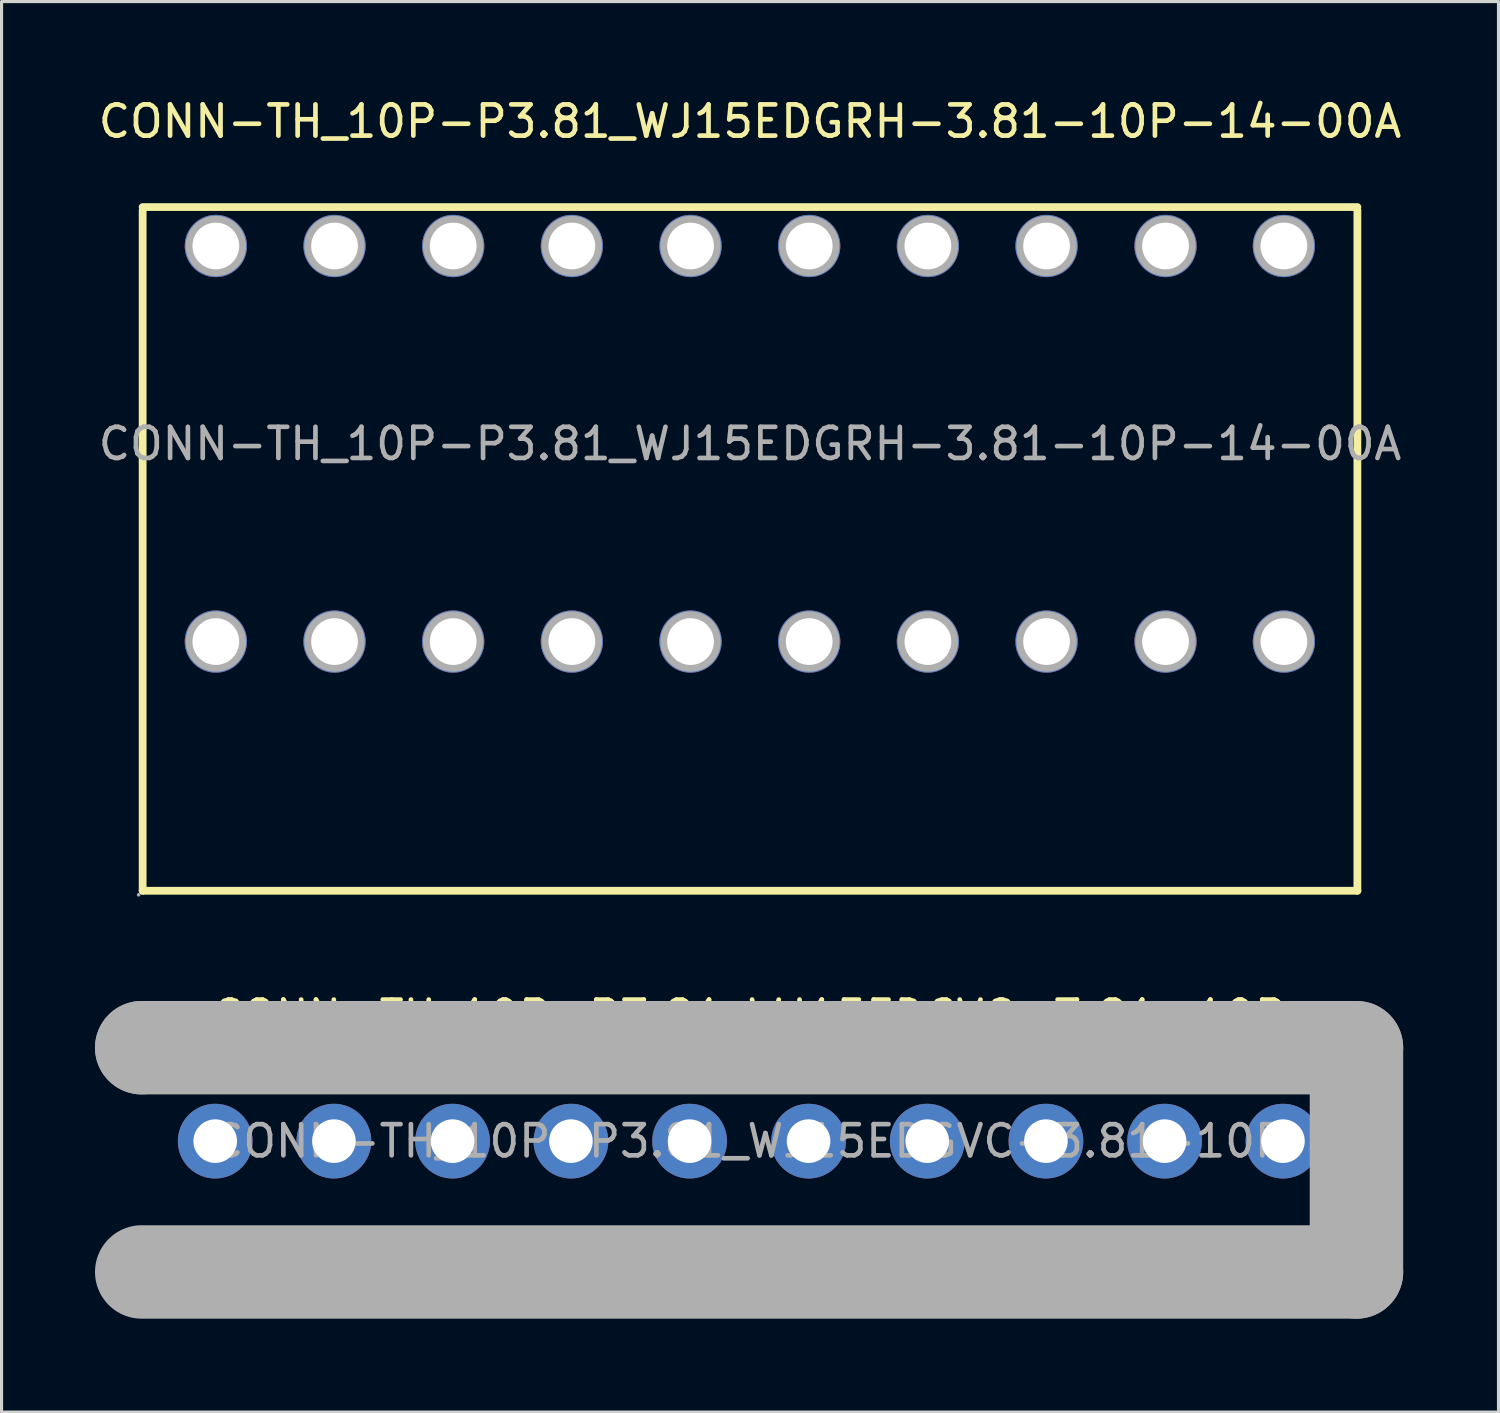
<source format=kicad_pcb>
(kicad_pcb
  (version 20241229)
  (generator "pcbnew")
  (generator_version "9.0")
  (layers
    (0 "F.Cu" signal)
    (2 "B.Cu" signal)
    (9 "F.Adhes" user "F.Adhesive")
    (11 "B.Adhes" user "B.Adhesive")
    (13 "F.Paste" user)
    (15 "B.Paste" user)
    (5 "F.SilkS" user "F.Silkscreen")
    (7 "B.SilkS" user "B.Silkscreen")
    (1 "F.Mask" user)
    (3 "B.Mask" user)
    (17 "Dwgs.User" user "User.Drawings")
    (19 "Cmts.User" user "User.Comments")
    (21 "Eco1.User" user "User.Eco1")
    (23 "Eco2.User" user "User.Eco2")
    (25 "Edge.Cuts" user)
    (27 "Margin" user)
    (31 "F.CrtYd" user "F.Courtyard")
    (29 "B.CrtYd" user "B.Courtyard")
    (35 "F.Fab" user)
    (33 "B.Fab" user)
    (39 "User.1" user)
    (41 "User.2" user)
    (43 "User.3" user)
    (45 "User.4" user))
  (footprint "CONN-TH_10P-P3.81_WJ15EDGRH-3.81-10P-14-00A"
    (layer "F.Cu")
    (at 21.03 11.198)
    (property "Reference" "CONN-TH_10P-P3.81_WJ15EDGRH-3.81-10P-14-00A" (at 0 -10.35 0) (layer "F.SilkS") (effects (font (size 1 1) (thickness 0.15))))
    (attr through_hole)
    (fp_line (start -19.5 -7.6) (end 19.5 -7.6) (stroke (width 0.25) (type solid)) (layer "F.SilkS"))
    (fp_line (start -19.5 14.35) (end -19.5 -7.5) (stroke (width 0.25) (type solid)) (layer "F.SilkS"))
    (fp_line (start 19.5 -7.5) (end 19.5 14.35) (stroke (width 0.25) (type solid)) (layer "F.SilkS"))
    (fp_line (start 19.5 14.35) (end -19.5 14.35) (stroke (width 0.25) (type solid)) (layer "F.SilkS"))
    (fp_circle (center -19.63 14.48) (end -19.6 14.48) (stroke (width 0.06) (type solid)) (fill no) (layer "F.Fab"))
    (fp_circle (center -17.15 -6.35) (end -16.83 -6.35) (stroke (width 0.65) (type solid)) (fill no) (layer "F.Fab"))
    (fp_circle (center -17.15 6.35) (end -16.83 6.35) (stroke (width 0.65) (type solid)) (fill no) (layer "F.Fab"))
    (fp_circle (center -13.34 -6.35) (end -13.02 -6.35) (stroke (width 0.65) (type solid)) (fill no) (layer "F.Fab"))
    (fp_circle (center -13.34 6.35) (end -13.02 6.35) (stroke (width 0.65) (type solid)) (fill no) (layer "F.Fab"))
    (fp_circle (center -9.53 -6.35) (end -9.21 -6.35) (stroke (width 0.65) (type solid)) (fill no) (layer "F.Fab"))
    (fp_circle (center -9.53 6.35) (end -9.21 6.35) (stroke (width 0.65) (type solid)) (fill no) (layer "F.Fab"))
    (fp_circle (center -5.72 -6.35) (end -5.4 -6.35) (stroke (width 0.65) (type solid)) (fill no) (layer "F.Fab"))
    (fp_circle (center -5.72 6.35) (end -5.4 6.35) (stroke (width 0.65) (type solid)) (fill no) (layer "F.Fab"))
    (fp_circle (center -1.91 -6.35) (end -1.59 -6.35) (stroke (width 0.65) (type solid)) (fill no) (layer "F.Fab"))
    (fp_circle (center -1.91 6.35) (end -1.59 6.35) (stroke (width 0.65) (type solid)) (fill no) (layer "F.Fab"))
    (fp_circle (center 1.9 -6.35) (end 2.22 -6.35) (stroke (width 0.65) (type solid)) (fill no) (layer "F.Fab"))
    (fp_circle (center 1.9 6.35) (end 2.22 6.35) (stroke (width 0.65) (type solid)) (fill no) (layer "F.Fab"))
    (fp_circle (center 5.71 -6.35) (end 6.03 -6.35) (stroke (width 0.65) (type solid)) (fill no) (layer "F.Fab"))
    (fp_circle (center 5.71 6.35) (end 6.03 6.35) (stroke (width 0.65) (type solid)) (fill no) (layer "F.Fab"))
    (fp_circle (center 9.52 -6.35) (end 9.84 -6.35) (stroke (width 0.65) (type solid)) (fill no) (layer "F.Fab"))
    (fp_circle (center 9.52 6.35) (end 9.84 6.35) (stroke (width 0.65) (type solid)) (fill no) (layer "F.Fab"))
    (fp_circle (center 13.34 -6.35) (end 13.66 -6.35) (stroke (width 0.65) (type solid)) (fill no) (layer "F.Fab"))
    (fp_circle (center 13.34 6.35) (end 13.66 6.35) (stroke (width 0.65) (type solid)) (fill no) (layer "F.Fab"))
    (fp_circle (center 17.14 -6.35) (end 17.46 -6.35) (stroke (width 0.65) (type solid)) (fill no) (layer "F.Fab"))
    (fp_circle (center 17.14 6.35) (end 17.46 6.35) (stroke (width 0.65) (type solid)) (fill no) (layer "F.Fab"))
    (fp_text user "${REFERENCE}" (at 0 0 0) (layer "F.Fab") (effects (font (size 1 1) (thickness 0.15))))
    (pad "1" thru_hole circle (at -17.15 6.35) (size 2 2) (drill 1.5) (layers "*.Cu" "*.Paste" "*.Mask"))
    (pad "2" thru_hole circle (at -17.15 -6.35) (size 2 2) (drill 1.5) (layers "*.Cu" "*.Paste" "*.Mask"))
    (pad "3" thru_hole circle (at -13.34 6.35) (size 2 2) (drill 1.5) (layers "*.Cu" "*.Paste" "*.Mask"))
    (pad "4" thru_hole circle (at -13.34 -6.35) (size 2 2) (drill 1.5) (layers "*.Cu" "*.Paste" "*.Mask"))
    (pad "5" thru_hole circle (at -9.53 6.35) (size 2 2) (drill 1.5) (layers "*.Cu" "*.Paste" "*.Mask"))
    (pad "6" thru_hole circle (at -9.53 -6.35) (size 2 2) (drill 1.5) (layers "*.Cu" "*.Paste" "*.Mask"))
    (pad "7" thru_hole circle (at -5.72 6.35) (size 2 2) (drill 1.5) (layers "*.Cu" "*.Paste" "*.Mask"))
    (pad "8" thru_hole circle (at -5.72 -6.35) (size 2 2) (drill 1.5) (layers "*.Cu" "*.Paste" "*.Mask"))
    (pad "9" thru_hole circle (at -1.91 6.35) (size 2 2) (drill 1.5) (layers "*.Cu" "*.Paste" "*.Mask"))
    (pad "10" thru_hole circle (at -1.91 -6.35) (size 2 2) (drill 1.5) (layers "*.Cu" "*.Paste" "*.Mask"))
    (pad "11" thru_hole circle (at 1.9 6.35) (size 2 2) (drill 1.5) (layers "*.Cu" "*.Paste" "*.Mask"))
    (pad "12" thru_hole circle (at 1.9 -6.35) (size 2 2) (drill 1.5) (layers "*.Cu" "*.Paste" "*.Mask"))
    (pad "13" thru_hole circle (at 5.71 6.35) (size 2 2) (drill 1.5) (layers "*.Cu" "*.Paste" "*.Mask"))
    (pad "14" thru_hole circle (at 5.71 -6.35) (size 2 2) (drill 1.5) (layers "*.Cu" "*.Paste" "*.Mask"))
    (pad "15" thru_hole circle (at 9.52 6.35) (size 2 2) (drill 1.5) (layers "*.Cu" "*.Paste" "*.Mask"))
    (pad "16" thru_hole circle (at 9.52 -6.35) (size 2 2) (drill 1.5) (layers "*.Cu" "*.Paste" "*.Mask"))
    (pad "17" thru_hole circle (at 13.34 6.35) (size 2 2) (drill 1.5) (layers "*.Cu" "*.Paste" "*.Mask"))
    (pad "18" thru_hole circle (at 13.34 -6.35) (size 2 2) (drill 1.5) (layers "*.Cu" "*.Paste" "*.Mask"))
    (pad "19" thru_hole circle (at 17.14 6.35) (size 2 2) (drill 1.5) (layers "*.Cu" "*.Paste" "*.Mask"))
    (pad "20" thru_hole circle (at 17.14 -6.35) (size 2 2) (drill 1.5) (layers "*.Cu" "*.Paste" "*.Mask")))
  (footprint "CONN-TH_10P-P3.81_WJ15EDGVC-3.81-10P"
    (layer "F.Cu")
    (at 21 33.587)
    (property "Reference" "CONN-TH_10P-P3.81_WJ15EDGVC-3.81-10P" (at 0 -4 0) (layer "F.SilkS") (effects (font (size 1 1) (thickness 0.15))))
    (attr through_hole)
    (fp_line (start -18.41 3.5) (end -17.78 2.86) (stroke (width 0.25) (type solid)) (layer "F.SilkS"))
    (fp_line (start -17.78 2.86) (end -16.51 2.86) (stroke (width 0.25) (type solid)) (layer "F.SilkS"))
    (fp_line (start -16.51 2.86) (end -15.88 3.5) (stroke (width 0.25) (type solid)) (layer "F.SilkS"))
    (fp_line (start -15.88 3.5) (end -18.41 3.5) (stroke (width 0.25) (type solid)) (layer "F.SilkS"))
    (fp_line (start -14.61 3.5) (end -13.97 2.86) (stroke (width 0.25) (type solid)) (layer "F.SilkS"))
    (fp_line (start -13.97 2.86) (end -12.7 2.86) (stroke (width 0.25) (type solid)) (layer "F.SilkS"))
    (fp_line (start -12.7 2.86) (end -12.07 3.5) (stroke (width 0.25) (type solid)) (layer "F.SilkS"))
    (fp_line (start -12.07 3.5) (end -14.61 3.5) (stroke (width 0.25) (type solid)) (layer "F.SilkS"))
    (fp_line (start -10.8 3.5) (end -10.16 2.86) (stroke (width 0.25) (type solid)) (layer "F.SilkS"))
    (fp_line (start -10.16 2.86) (end -8.89 2.86) (stroke (width 0.25) (type solid)) (layer "F.SilkS"))
    (fp_line (start -8.89 2.86) (end -8.26 3.5) (stroke (width 0.25) (type solid)) (layer "F.SilkS"))
    (fp_line (start -8.26 3.5) (end -10.8 3.5) (stroke (width 0.25) (type solid)) (layer "F.SilkS"))
    (fp_line (start -6.99 3.5) (end -6.35 2.86) (stroke (width 0.25) (type solid)) (layer "F.SilkS"))
    (fp_line (start -6.35 2.86) (end -5.08 2.86) (stroke (width 0.25) (type solid)) (layer "F.SilkS"))
    (fp_line (start -5.08 2.86) (end -4.44 3.5) (stroke (width 0.25) (type solid)) (layer "F.SilkS"))
    (fp_line (start -4.44 3.5) (end -6.99 3.5) (stroke (width 0.25) (type solid)) (layer "F.SilkS"))
    (fp_line (start -3.18 3.5) (end -2.54 2.86) (stroke (width 0.25) (type solid)) (layer "F.SilkS"))
    (fp_line (start -2.54 2.86) (end -1.27 2.86) (stroke (width 0.25) (type solid)) (layer "F.SilkS"))
    (fp_line (start -1.27 2.86) (end -0.64 3.5) (stroke (width 0.25) (type solid)) (layer "F.SilkS"))
    (fp_line (start -0.64 3.5) (end -3.18 3.5) (stroke (width 0.25) (type solid)) (layer "F.SilkS"))
    (fp_line (start 0.63 3.5) (end 1.27 2.86) (stroke (width 0.25) (type solid)) (layer "F.SilkS"))
    (fp_line (start 1.27 2.86) (end 2.54 2.86) (stroke (width 0.25) (type solid)) (layer "F.SilkS"))
    (fp_line (start 2.54 2.86) (end 3.17 3.5) (stroke (width 0.25) (type solid)) (layer "F.SilkS"))
    (fp_line (start 3.17 3.5) (end 0.63 3.5) (stroke (width 0.25) (type solid)) (layer "F.SilkS"))
    (fp_line (start 4.45 3.5) (end 5.08 2.86) (stroke (width 0.25) (type solid)) (layer "F.SilkS"))
    (fp_line (start 5.08 2.86) (end 6.35 2.86) (stroke (width 0.25) (type solid)) (layer "F.SilkS"))
    (fp_line (start 6.35 2.86) (end 6.98 3.5) (stroke (width 0.25) (type solid)) (layer "F.SilkS"))
    (fp_line (start 6.98 3.5) (end 4.45 3.5) (stroke (width 0.25) (type solid)) (layer "F.SilkS"))
    (fp_line (start 8.25 3.5) (end 8.89 2.86) (stroke (width 0.25) (type solid)) (layer "F.SilkS"))
    (fp_line (start 8.89 2.86) (end 10.16 2.86) (stroke (width 0.25) (type solid)) (layer "F.SilkS"))
    (fp_line (start 10.16 2.86) (end 10.79 3.5) (stroke (width 0.25) (type solid)) (layer "F.SilkS"))
    (fp_line (start 10.79 3.5) (end 8.25 3.5) (stroke (width 0.25) (type solid)) (layer "F.SilkS"))
    (fp_line (start 12.06 3.5) (end 12.7 2.86) (stroke (width 0.25) (type solid)) (layer "F.SilkS"))
    (fp_line (start 12.7 2.86) (end 13.97 2.86) (stroke (width 0.25) (type solid)) (layer "F.SilkS"))
    (fp_line (start 13.97 2.86) (end 14.6 3.5) (stroke (width 0.25) (type solid)) (layer "F.SilkS"))
    (fp_line (start 14.6 3.5) (end 12.06 3.5) (stroke (width 0.25) (type solid)) (layer "F.SilkS"))
    (fp_line (start 15.87 3.5) (end 16.51 2.86) (stroke (width 0.25) (type solid)) (layer "F.SilkS"))
    (fp_line (start 16.51 2.86) (end 17.78 2.86) (stroke (width 0.25) (type solid)) (layer "F.SilkS"))
    (fp_line (start 17.78 2.86) (end 18.42 3.5) (stroke (width 0.25) (type solid)) (layer "F.SilkS"))
    (fp_line (start 18.42 3.5) (end 15.87 3.5) (stroke (width 0.25) (type solid)) (layer "F.SilkS"))
    (fp_line (start -19.5 -3) (end -19.5 -3) (stroke (width 3) (type solid)) (layer "F.Fab"))
    (fp_line (start -19.5 -3) (end 19.5 -3) (stroke (width 3) (type solid)) (layer "F.Fab"))
    (fp_line (start 19.5 -3) (end 19.5 4.2) (stroke (width 3) (type solid)) (layer "F.Fab"))
    (fp_line (start 19.5 4.2) (end -19.5 4.2) (stroke (width 3) (type solid)) (layer "F.Fab"))
    (fp_circle (center -19.63 4.33) (end -19.6 4.33) (stroke (width 0.06) (type solid)) (fill no) (layer "F.Fab"))
    (fp_circle (center -17.14 0) (end -16.84 0) (stroke (width 0.6) (type solid)) (fill no) (layer "F.Fab"))
    (fp_circle (center -13.33 0) (end -13.03 0) (stroke (width 0.6) (type solid)) (fill no) (layer "F.Fab"))
    (fp_circle (center -9.52 0) (end -9.22 0) (stroke (width 0.6) (type solid)) (fill no) (layer "F.Fab"))
    (fp_circle (center -5.72 0) (end -5.42 0) (stroke (width 0.6) (type solid)) (fill no) (layer "F.Fab"))
    (fp_circle (center -1.91 0) (end -1.61 0) (stroke (width 0.6) (type solid)) (fill no) (layer "F.Fab"))
    (fp_circle (center 1.91 0) (end 2.21 0) (stroke (width 0.6) (type solid)) (fill no) (layer "F.Fab"))
    (fp_circle (center 5.72 0) (end 6.02 0) (stroke (width 0.6) (type solid)) (fill no) (layer "F.Fab"))
    (fp_circle (center 9.53 0) (end 9.83 0) (stroke (width 0.6) (type solid)) (fill no) (layer "F.Fab"))
    (fp_circle (center 13.34 0) (end 13.64 0) (stroke (width 0.6) (type solid)) (fill no) (layer "F.Fab"))
    (fp_circle (center 17.14 0) (end 17.44 0) (stroke (width 0.6) (type solid)) (fill no) (layer "F.Fab"))
    (fp_text user "${REFERENCE}" (at 0 0 0) (layer "F.Fab") (effects (font (size 1 1) (thickness 0.15))))
    (pad "1" thru_hole circle (at -17.14 0) (size 2.4 2.4) (drill 1.4) (layers "*.Cu" "*.Paste" "*.Mask"))
    (pad "2" thru_hole circle (at -13.33 0) (size 2.4 2.4) (drill 1.4) (layers "*.Cu" "*.Paste" "*.Mask"))
    (pad "3" thru_hole circle (at -9.52 0) (size 2.4 2.4) (drill 1.4) (layers "*.Cu" "*.Paste" "*.Mask"))
    (pad "4" thru_hole circle (at -5.72 0) (size 2.4 2.4) (drill 1.4) (layers "*.Cu" "*.Paste" "*.Mask"))
    (pad "5" thru_hole circle (at -1.91 0) (size 2.4 2.4) (drill 1.4) (layers "*.Cu" "*.Paste" "*.Mask"))
    (pad "6" thru_hole circle (at 1.91 0) (size 2.4 2.4) (drill 1.4) (layers "*.Cu" "*.Paste" "*.Mask"))
    (pad "7" thru_hole circle (at 5.72 0) (size 2.4 2.4) (drill 1.4) (layers "*.Cu" "*.Paste" "*.Mask"))
    (pad "8" thru_hole circle (at 9.53 0) (size 2.4 2.4) (drill 1.4) (layers "*.Cu" "*.Paste" "*.Mask"))
    (pad "9" thru_hole circle (at 13.34 0) (size 2.4 2.4) (drill 1.4) (layers "*.Cu" "*.Paste" "*.Mask"))
    (pad "10" thru_hole circle (at 17.14 0) (size 2.4 2.4) (drill 1.4) (layers "*.Cu" "*.Paste" "*.Mask")))
  (gr_rect
    (start -3 -3)
    (end 45.06 42.286)
    (stroke (width 0.1) (type default))
    (fill no)
    (layer "Edge.Cuts")))
</source>
